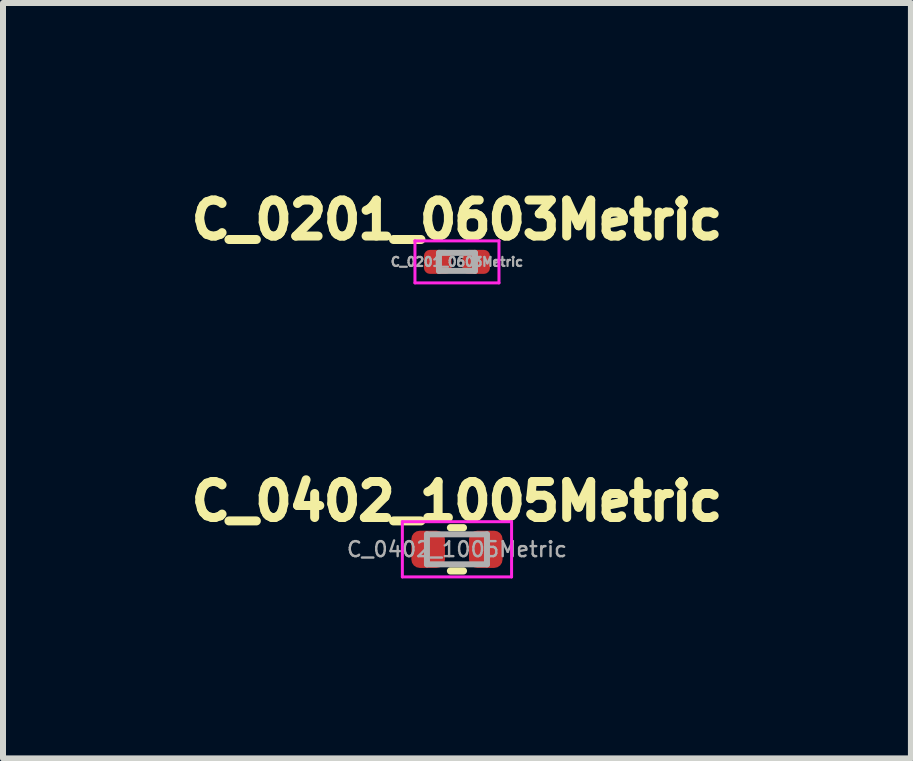
<source format=kicad_pcb>
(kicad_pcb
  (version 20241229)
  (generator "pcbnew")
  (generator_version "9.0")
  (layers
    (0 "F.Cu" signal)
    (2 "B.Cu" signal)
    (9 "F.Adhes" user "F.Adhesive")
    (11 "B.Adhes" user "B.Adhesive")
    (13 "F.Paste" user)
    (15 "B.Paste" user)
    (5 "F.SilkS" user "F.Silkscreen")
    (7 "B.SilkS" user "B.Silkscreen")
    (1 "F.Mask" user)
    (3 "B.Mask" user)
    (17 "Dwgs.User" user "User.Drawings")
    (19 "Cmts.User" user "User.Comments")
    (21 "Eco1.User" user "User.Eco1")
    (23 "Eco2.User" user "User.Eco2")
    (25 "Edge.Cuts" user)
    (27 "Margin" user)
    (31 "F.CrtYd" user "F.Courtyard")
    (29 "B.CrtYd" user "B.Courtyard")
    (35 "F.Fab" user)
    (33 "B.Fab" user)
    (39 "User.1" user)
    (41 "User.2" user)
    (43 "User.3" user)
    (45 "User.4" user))
  (footprint "C_0402_1005Metric"
    (layer "F.Cu")
    (at 4.565 6.104)
    (property "Reference" "C_0402_1005Metric" (at 0 -0.8 0) (layer "F.SilkS") (effects (font (size 0.6 0.6) (thickness 0.15))))
    (attr smd)
    (fp_line (start -0.108 -0.36) (end 0.108 -0.36) (stroke (width 0.12) (type solid)) (layer "F.SilkS"))
    (fp_line (start -0.108 0.36) (end 0.108 0.36) (stroke (width 0.12) (type solid)) (layer "F.SilkS"))
    (fp_line (start -0.91 -0.46) (end 0.91 -0.46) (stroke (width 0.05) (type solid)) (layer "F.CrtYd"))
    (fp_line (start -0.91 0.46) (end -0.91 -0.46) (stroke (width 0.05) (type solid)) (layer "F.CrtYd"))
    (fp_line (start 0.91 -0.46) (end 0.91 0.46) (stroke (width 0.05) (type solid)) (layer "F.CrtYd"))
    (fp_line (start 0.91 0.46) (end -0.91 0.46) (stroke (width 0.05) (type solid)) (layer "F.CrtYd"))
    (fp_line (start -0.5 -0.25) (end 0.5 -0.25) (stroke (width 0.1) (type solid)) (layer "F.Fab"))
    (fp_line (start -0.5 0.25) (end -0.5 -0.25) (stroke (width 0.1) (type solid)) (layer "F.Fab"))
    (fp_line (start 0.5 -0.25) (end 0.5 0.25) (stroke (width 0.1) (type solid)) (layer "F.Fab"))
    (fp_line (start 0.5 0.25) (end -0.5 0.25) (stroke (width 0.1) (type solid)) (layer "F.Fab"))
    (fp_text user "${REFERENCE}" (at 0 0 0) (layer "F.Fab") (effects (font (size 0.25 0.25) (thickness 0.04))))
    (pad "1" smd roundrect (at -0.48 0) (size 0.56 0.62) (layers "F.Cu" "F.Mask" "F.Paste") (roundrect_rratio 0.25))
    (pad "2" smd roundrect (at 0.48 0) (size 0.56 0.62) (layers "F.Cu" "F.Mask" "F.Paste") (roundrect_rratio 0.25)))
  (footprint "C_0201_0603Metric"
    (layer "F.Cu")
    (at 4.565 1.314)
    (property "Reference" "C_0201_0603Metric" (at 0 -0.7 0) (layer "F.SilkS") (effects (font (size 0.6 0.6) (thickness 0.15))))
    (attr smd)
    (fp_line (start -0.7 -0.35) (end 0.7 -0.35) (stroke (width 0.05) (type solid)) (layer "F.CrtYd"))
    (fp_line (start -0.7 0.35) (end -0.7 -0.35) (stroke (width 0.05) (type solid)) (layer "F.CrtYd"))
    (fp_line (start 0.7 -0.35) (end 0.7 0.35) (stroke (width 0.05) (type solid)) (layer "F.CrtYd"))
    (fp_line (start 0.7 0.35) (end -0.7 0.35) (stroke (width 0.05) (type solid)) (layer "F.CrtYd"))
    (fp_line (start -0.3 -0.15) (end 0.3 -0.15) (stroke (width 0.1) (type solid)) (layer "F.Fab"))
    (fp_line (start -0.3 0.15) (end -0.3 -0.15) (stroke (width 0.1) (type solid)) (layer "F.Fab"))
    (fp_line (start 0.3 -0.15) (end 0.3 0.15) (stroke (width 0.1) (type solid)) (layer "F.Fab"))
    (fp_line (start 0.3 0.15) (end -0.3 0.15) (stroke (width 0.1) (type solid)) (layer "F.Fab"))
    (fp_text user "${REFERENCE}" (at 0 0 0) (layer "F.Fab") (effects (font (size 0.15 0.15) (thickness 0.037))))
    (pad "" smd roundrect (at -0.345 0) (size 0.318 0.36) (layers "F.Paste") (roundrect_rratio 0.25))
    (pad "" smd roundrect (at 0.345 0) (size 0.318 0.36) (layers "F.Paste") (roundrect_rratio 0.25))
    (pad "1" smd roundrect (at -0.32 0) (size 0.46 0.4) (layers "F.Cu" "F.Mask") (roundrect_rratio 0.25))
    (pad "2" smd roundrect (at 0.32 0) (size 0.46 0.4) (layers "F.Cu" "F.Mask") (roundrect_rratio 0.25)))
  (gr_rect
    (start -3 -3)
    (end 12.13 9.588)
    (stroke (width 0.1) (type default))
    (fill no)
    (layer "Edge.Cuts")))
</source>
